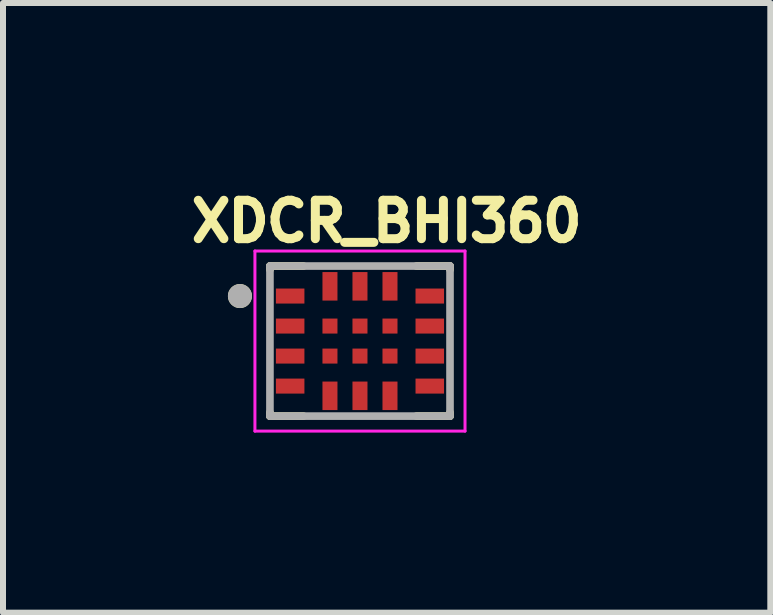
<source format=kicad_pcb>
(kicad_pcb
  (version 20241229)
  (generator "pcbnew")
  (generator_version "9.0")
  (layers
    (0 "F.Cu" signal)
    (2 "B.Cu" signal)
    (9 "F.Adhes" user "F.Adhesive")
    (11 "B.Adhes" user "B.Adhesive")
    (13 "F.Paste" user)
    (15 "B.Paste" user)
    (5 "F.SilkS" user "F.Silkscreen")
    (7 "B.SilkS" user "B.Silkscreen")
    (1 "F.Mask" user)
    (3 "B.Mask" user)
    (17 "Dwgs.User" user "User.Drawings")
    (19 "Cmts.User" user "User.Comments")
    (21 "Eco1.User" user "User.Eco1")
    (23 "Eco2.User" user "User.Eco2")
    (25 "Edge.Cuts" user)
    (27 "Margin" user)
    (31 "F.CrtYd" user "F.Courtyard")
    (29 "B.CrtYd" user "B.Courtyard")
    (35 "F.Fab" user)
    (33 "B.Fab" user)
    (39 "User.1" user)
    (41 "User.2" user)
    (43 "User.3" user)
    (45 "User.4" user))
  (footprint "XDCR_BHI360"
    (layer "F.Cu")
    (at 2.947 2.632)
    (property "Reference" "XDCR_BHI360" (at 0.445 -1.994 0) (layer "F.SilkS") (effects (font (size 0.64 0.64) (thickness 0.15))))
    (attr smd)
    (fp_poly (pts (xy -1.45 -0.925) (xy -0.875 -0.925) (xy -0.875 -0.575) (xy -1.45 -0.575)) (stroke (width 0.01) (type solid)) (fill yes) (layer "F.Mask"))
    (fp_poly (pts (xy -1.45 -0.425) (xy -0.875 -0.425) (xy -0.875 -0.075) (xy -1.45 -0.075)) (stroke (width 0.01) (type solid)) (fill yes) (layer "F.Mask"))
    (fp_poly (pts (xy -1.45 0.075) (xy -0.875 0.075) (xy -0.875 0.425) (xy -1.45 0.425)) (stroke (width 0.01) (type solid)) (fill yes) (layer "F.Mask"))
    (fp_poly (pts (xy -1.45 0.575) (xy -0.875 0.575) (xy -0.875 0.925) (xy -1.45 0.925)) (stroke (width 0.01) (type solid)) (fill yes) (layer "F.Mask"))
    (fp_poly (pts (xy -0.675 -1.2) (xy -0.325 -1.2) (xy -0.325 -0.625) (xy -0.675 -0.625)) (stroke (width 0.01) (type solid)) (fill yes) (layer "F.Mask"))
    (fp_poly (pts (xy -0.675 -0.425) (xy -0.325 -0.425) (xy -0.325 -0.075) (xy -0.675 -0.075)) (stroke (width 0.01) (type solid)) (fill yes) (layer "F.Mask"))
    (fp_poly (pts (xy -0.675 0.075) (xy -0.325 0.075) (xy -0.325 0.425) (xy -0.675 0.425)) (stroke (width 0.01) (type solid)) (fill yes) (layer "F.Mask"))
    (fp_poly (pts (xy -0.675 0.625) (xy -0.325 0.625) (xy -0.325 1.2) (xy -0.675 1.2)) (stroke (width 0.01) (type solid)) (fill yes) (layer "F.Mask"))
    (fp_poly (pts (xy -0.175 -1.2) (xy 0.175 -1.2) (xy 0.175 -0.625) (xy -0.175 -0.625)) (stroke (width 0.01) (type solid)) (fill yes) (layer "F.Mask"))
    (fp_poly (pts (xy -0.175 -0.425) (xy 0.175 -0.425) (xy 0.175 -0.075) (xy -0.175 -0.075)) (stroke (width 0.01) (type solid)) (fill yes) (layer "F.Mask"))
    (fp_poly (pts (xy -0.175 0.075) (xy 0.175 0.075) (xy 0.175 0.425) (xy -0.175 0.425)) (stroke (width 0.01) (type solid)) (fill yes) (layer "F.Mask"))
    (fp_poly (pts (xy -0.175 0.625) (xy 0.175 0.625) (xy 0.175 1.2) (xy -0.175 1.2)) (stroke (width 0.01) (type solid)) (fill yes) (layer "F.Mask"))
    (fp_poly (pts (xy 0.325 -1.2) (xy 0.675 -1.2) (xy 0.675 -0.625) (xy 0.325 -0.625)) (stroke (width 0.01) (type solid)) (fill yes) (layer "F.Mask"))
    (fp_poly (pts (xy 0.325 -0.425) (xy 0.675 -0.425) (xy 0.675 -0.075) (xy 0.325 -0.075)) (stroke (width 0.01) (type solid)) (fill yes) (layer "F.Mask"))
    (fp_poly (pts (xy 0.325 0.075) (xy 0.675 0.075) (xy 0.675 0.425) (xy 0.325 0.425)) (stroke (width 0.01) (type solid)) (fill yes) (layer "F.Mask"))
    (fp_poly (pts (xy 0.325 0.625) (xy 0.675 0.625) (xy 0.675 1.2) (xy 0.325 1.2)) (stroke (width 0.01) (type solid)) (fill yes) (layer "F.Mask"))
    (fp_poly (pts (xy 0.875 -0.925) (xy 1.45 -0.925) (xy 1.45 -0.575) (xy 0.875 -0.575)) (stroke (width 0.01) (type solid)) (fill yes) (layer "F.Mask"))
    (fp_poly (pts (xy 0.875 -0.425) (xy 1.45 -0.425) (xy 1.45 -0.075) (xy 0.875 -0.075)) (stroke (width 0.01) (type solid)) (fill yes) (layer "F.Mask"))
    (fp_poly (pts (xy 0.875 0.075) (xy 1.45 0.075) (xy 1.45 0.425) (xy 0.875 0.425)) (stroke (width 0.01) (type solid)) (fill yes) (layer "F.Mask"))
    (fp_poly (pts (xy 0.875 0.575) (xy 1.45 0.575) (xy 1.45 0.925) (xy 0.875 0.925)) (stroke (width 0.01) (type solid)) (fill yes) (layer "F.Mask"))
    (fp_line (start -1.5 -1.25) (end -0.94 -1.25) (stroke (width 0.127) (type solid)) (layer "F.SilkS"))
    (fp_line (start -1.5 -1.19) (end -1.5 -1.25) (stroke (width 0.127) (type solid)) (layer "F.SilkS"))
    (fp_line (start -1.5 1.25) (end -1.5 1.19) (stroke (width 0.127) (type solid)) (layer "F.SilkS"))
    (fp_line (start -0.94 1.25) (end -1.5 1.25) (stroke (width 0.127) (type solid)) (layer "F.SilkS"))
    (fp_line (start 0.94 -1.25) (end 1.5 -1.25) (stroke (width 0.127) (type solid)) (layer "F.SilkS"))
    (fp_line (start 1.5 -1.25) (end 1.5 -1.19) (stroke (width 0.127) (type solid)) (layer "F.SilkS"))
    (fp_line (start 1.5 1.19) (end 1.5 1.25) (stroke (width 0.127) (type solid)) (layer "F.SilkS"))
    (fp_line (start 1.5 1.25) (end 0.94 1.25) (stroke (width 0.127) (type solid)) (layer "F.SilkS"))
    (fp_circle (center -2 -0.75) (end -1.9 -0.75) (stroke (width 0.2) (type solid)) (fill no) (layer "F.SilkS"))
    (fp_line (start -1.75 -1.5) (end 1.75 -1.5) (stroke (width 0.05) (type solid)) (layer "F.CrtYd"))
    (fp_line (start -1.75 1.5) (end -1.75 -1.5) (stroke (width 0.05) (type solid)) (layer "F.CrtYd"))
    (fp_line (start 1.75 -1.5) (end 1.75 1.5) (stroke (width 0.05) (type solid)) (layer "F.CrtYd"))
    (fp_line (start 1.75 1.5) (end -1.75 1.5) (stroke (width 0.05) (type solid)) (layer "F.CrtYd"))
    (fp_line (start -1.5 -1.25) (end 1.5 -1.25) (stroke (width 0.127) (type solid)) (layer "F.Fab"))
    (fp_line (start -1.5 1.25) (end -1.5 -1.25) (stroke (width 0.127) (type solid)) (layer "F.Fab"))
    (fp_line (start 1.5 -1.25) (end 1.5 1.25) (stroke (width 0.127) (type solid)) (layer "F.Fab"))
    (fp_line (start 1.5 1.25) (end -1.5 1.25) (stroke (width 0.127) (type solid)) (layer "F.Fab"))
    (fp_circle (center -2 -0.75) (end -1.9 -0.75) (stroke (width 0.2) (type solid)) (fill no) (layer "F.Fab"))
    (pad "1" smd rect (at -1.163 -0.75) (size 0.475 0.25) (layers "F.Cu" "F.Paste"))
    (pad "2" smd rect (at -1.163 -0.25) (size 0.475 0.25) (layers "F.Cu" "F.Paste"))
    (pad "3" smd rect (at -1.163 0.25) (size 0.475 0.25) (layers "F.Cu" "F.Paste"))
    (pad "4" smd rect (at -1.163 0.75) (size 0.475 0.25) (layers "F.Cu" "F.Paste"))
    (pad "5" smd rect (at -0.5 0.912) (size 0.25 0.475) (layers "F.Cu" "F.Paste"))
    (pad "6" smd rect (at 0 0.912) (size 0.25 0.475) (layers "F.Cu" "F.Paste"))
    (pad "7" smd rect (at 0.5 0.912) (size 0.25 0.475) (layers "F.Cu" "F.Paste"))
    (pad "8" smd rect (at 1.163 0.75) (size 0.475 0.25) (layers "F.Cu" "F.Paste"))
    (pad "9" smd rect (at 1.163 0.25) (size 0.475 0.25) (layers "F.Cu" "F.Paste"))
    (pad "10" smd rect (at 1.163 -0.25) (size 0.475 0.25) (layers "F.Cu" "F.Paste"))
    (pad "11" smd rect (at 1.163 -0.75) (size 0.475 0.25) (layers "F.Cu" "F.Paste"))
    (pad "12" smd rect (at 0.5 -0.912) (size 0.25 0.475) (layers "F.Cu" "F.Paste"))
    (pad "13" smd rect (at 0 -0.912) (size 0.25 0.475) (layers "F.Cu" "F.Paste"))
    (pad "14" smd rect (at -0.5 -0.912) (size 0.25 0.475) (layers "F.Cu" "F.Paste"))
    (pad "15" smd rect (at -0.5 0.25) (size 0.25 0.25) (layers "F.Cu" "F.Paste"))
    (pad "16" smd rect (at 0 0.25) (size 0.25 0.25) (layers "F.Cu" "F.Paste"))
    (pad "17" smd rect (at 0.5 0.25) (size 0.25 0.25) (layers "F.Cu" "F.Paste"))
    (pad "18" smd rect (at 0.5 -0.25) (size 0.25 0.25) (layers "F.Cu" "F.Paste"))
    (pad "19" smd rect (at 0 -0.25) (size 0.25 0.25) (layers "F.Cu" "F.Paste"))
    (pad "20" smd rect (at -0.5 -0.25) (size 0.25 0.25) (layers "F.Cu" "F.Paste")))
  (gr_rect
    (start -3 -3)
    (end 9.783 7.157)
    (stroke (width 0.1) (type default))
    (fill no)
    (layer "Edge.Cuts")))
</source>
